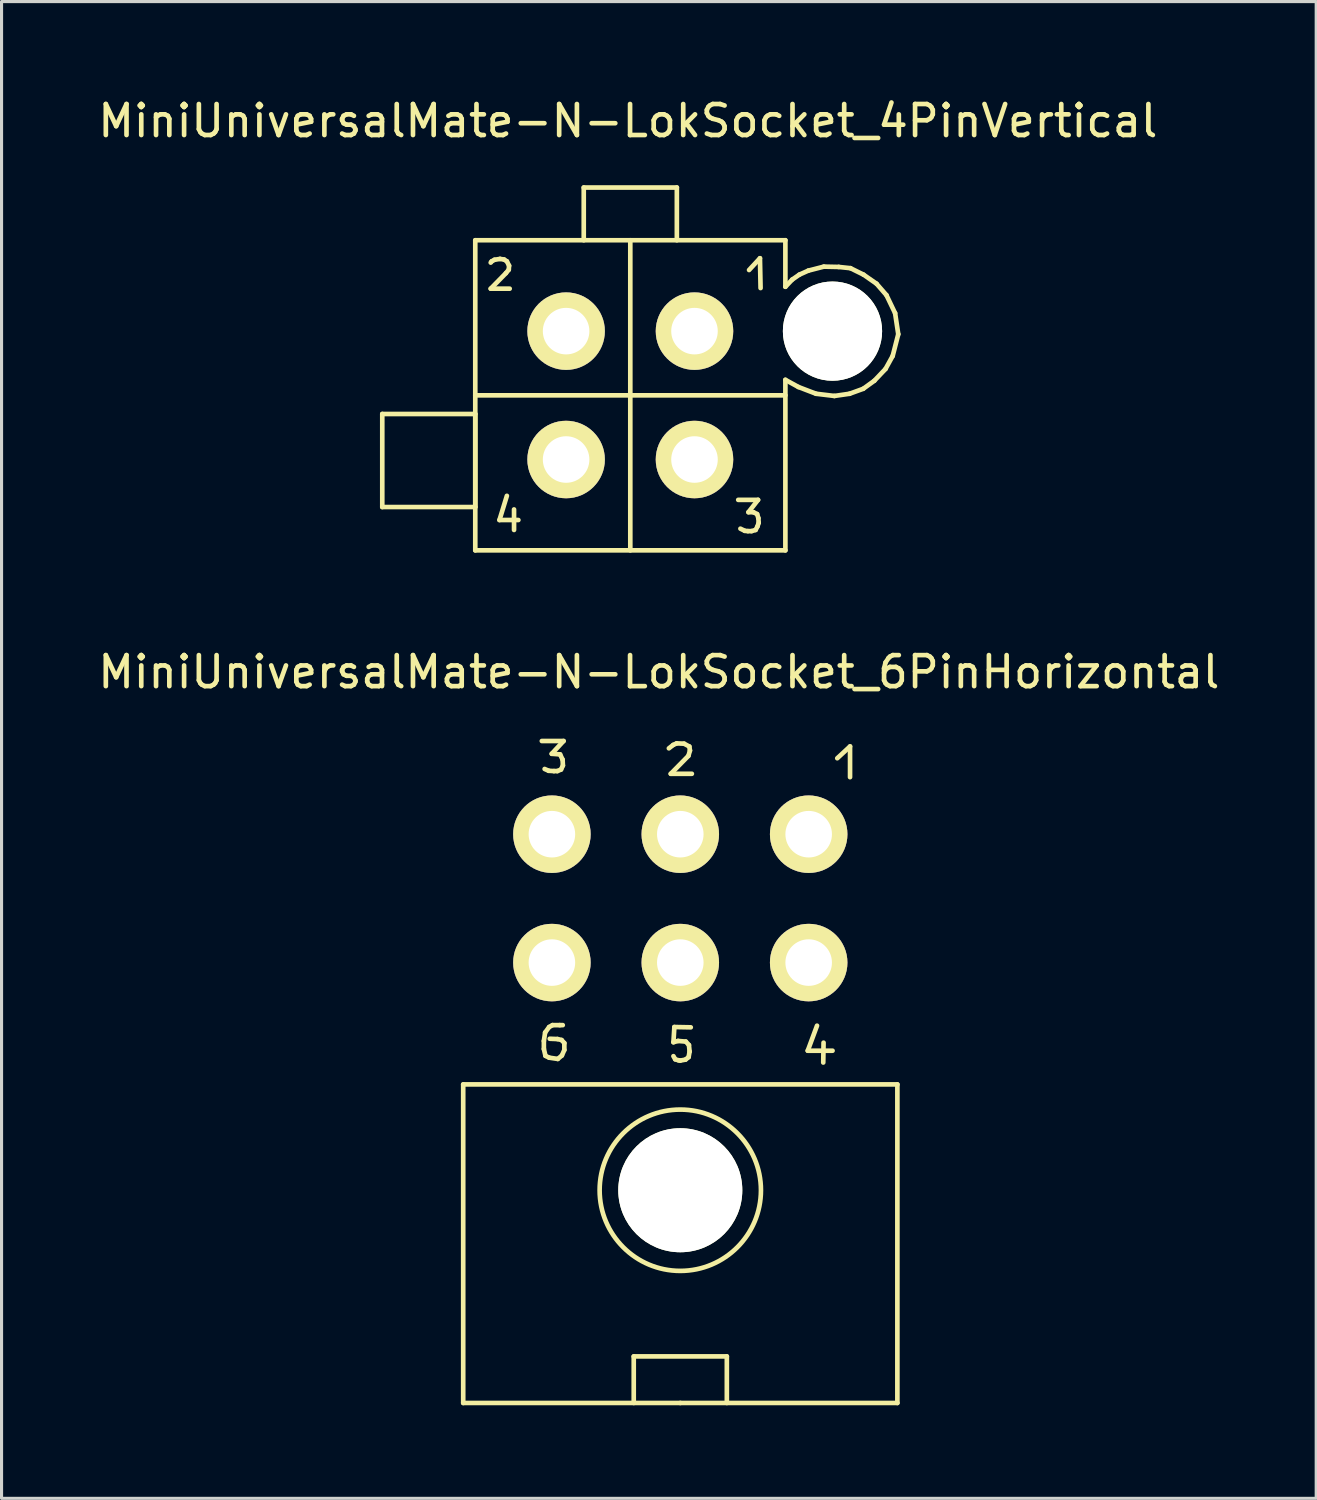
<source format=kicad_pcb>
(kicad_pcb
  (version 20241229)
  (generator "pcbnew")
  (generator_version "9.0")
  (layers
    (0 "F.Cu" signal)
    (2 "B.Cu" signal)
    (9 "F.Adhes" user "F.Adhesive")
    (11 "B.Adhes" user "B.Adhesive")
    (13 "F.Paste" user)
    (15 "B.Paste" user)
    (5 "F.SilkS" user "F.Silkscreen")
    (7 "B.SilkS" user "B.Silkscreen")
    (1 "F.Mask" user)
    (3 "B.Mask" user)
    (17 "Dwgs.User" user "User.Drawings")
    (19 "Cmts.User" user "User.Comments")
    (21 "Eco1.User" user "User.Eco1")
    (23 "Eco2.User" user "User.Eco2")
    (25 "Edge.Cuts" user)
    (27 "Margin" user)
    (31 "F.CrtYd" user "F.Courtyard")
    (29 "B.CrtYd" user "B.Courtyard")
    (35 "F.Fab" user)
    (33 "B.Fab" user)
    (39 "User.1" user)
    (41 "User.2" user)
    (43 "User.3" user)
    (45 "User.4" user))
  (footprint "MiniUniversalMate-N-LokSocket_4PinVertical"
    (layer "F.Cu")
    (at 17.275 9.698)
    (property "Reference" "MiniUniversalMate-N-LokSocket_4PinVertical" (at -0.079 -8.849 0) (layer "F.SilkS") (effects (font (size 1 1) (thickness 0.15))))
    (attr through_hole)
    (fp_line (start -7.998 0.602) (end -4.999 0.602) (stroke (width 0.15) (type solid)) (layer "F.SilkS"))
    (fp_line (start -7.998 3.602) (end -7.998 0.602) (stroke (width 0.15) (type solid)) (layer "F.SilkS"))
    (fp_line (start -4.999 -5.001) (end -4.999 4.999) (stroke (width 0.15) (type solid)) (layer "F.SilkS"))
    (fp_line (start -4.999 0) (end 5.001 0) (stroke (width 0.15) (type solid)) (layer "F.SilkS"))
    (fp_line (start -4.999 0.602) (end -4.999 3.602) (stroke (width 0.15) (type solid)) (layer "F.SilkS"))
    (fp_line (start -4.999 3.602) (end -7.998 3.602) (stroke (width 0.15) (type solid)) (layer "F.SilkS"))
    (fp_line (start -4.999 4.999) (end 5.001 4.999) (stroke (width 0.15) (type solid)) (layer "F.SilkS"))
    (fp_line (start -4.501 -4.28) (end -4.47 -4.321) (stroke (width 0.15) (type solid)) (layer "F.SilkS"))
    (fp_line (start -4.501 -3.439) (end -3.889 -3.439) (stroke (width 0.15) (type solid)) (layer "F.SilkS"))
    (fp_line (start -4.47 -4.321) (end -4.379 -4.371) (stroke (width 0.15) (type solid)) (layer "F.SilkS"))
    (fp_line (start -4.379 -4.371) (end -4.201 -4.399) (stroke (width 0.15) (type solid)) (layer "F.SilkS"))
    (fp_line (start -4.219 4.021) (end -3.609 4.021) (stroke (width 0.15) (type solid)) (layer "F.SilkS"))
    (fp_line (start -4.201 -4.399) (end -4.069 -4.379) (stroke (width 0.15) (type solid)) (layer "F.SilkS"))
    (fp_line (start -4.069 -4.379) (end -3.98 -4.321) (stroke (width 0.15) (type solid)) (layer "F.SilkS"))
    (fp_line (start -4.011 -3.94) (end -4.501 -3.439) (stroke (width 0.15) (type solid)) (layer "F.SilkS"))
    (fp_line (start -3.98 -4.321) (end -3.909 -4.181) (stroke (width 0.15) (type solid)) (layer "F.SilkS"))
    (fp_line (start -3.98 3.241) (end -4.219 4.021) (stroke (width 0.15) (type solid)) (layer "F.SilkS"))
    (fp_line (start -3.919 -4.051) (end -4.011 -3.94) (stroke (width 0.15) (type solid)) (layer "F.SilkS"))
    (fp_line (start -3.909 -4.181) (end -3.919 -4.051) (stroke (width 0.15) (type solid)) (layer "F.SilkS"))
    (fp_line (start -3.749 3.68) (end -3.749 4.341) (stroke (width 0.15) (type solid)) (layer "F.SilkS"))
    (fp_line (start -1.501 -6.701) (end -1.501 -5.001) (stroke (width 0.15) (type solid)) (layer "F.SilkS"))
    (fp_line (start 0 -5.001) (end 0 4.999) (stroke (width 0.15) (type solid)) (layer "F.SilkS"))
    (fp_line (start 1.501 -6.701) (end -1.501 -6.701) (stroke (width 0.15) (type solid)) (layer "F.SilkS"))
    (fp_line (start 1.501 -5.001) (end 1.501 -6.701) (stroke (width 0.15) (type solid)) (layer "F.SilkS"))
    (fp_line (start 3.48 3.371) (end 4.12 3.371) (stroke (width 0.15) (type solid)) (layer "F.SilkS"))
    (fp_line (start 3.691 4.369) (end 3.551 4.3) (stroke (width 0.15) (type solid)) (layer "F.SilkS"))
    (fp_line (start 3.79 4.379) (end 3.691 4.369) (stroke (width 0.15) (type solid)) (layer "F.SilkS"))
    (fp_line (start 3.81 3.769) (end 3.97 3.769) (stroke (width 0.15) (type solid)) (layer "F.SilkS"))
    (fp_line (start 3.83 -4.041) (end 4.181 -4.42) (stroke (width 0.15) (type solid)) (layer "F.SilkS"))
    (fp_line (start 3.909 4.379) (end 3.79 4.379) (stroke (width 0.15) (type solid)) (layer "F.SilkS"))
    (fp_line (start 3.97 3.769) (end 4.089 3.83) (stroke (width 0.15) (type solid)) (layer "F.SilkS"))
    (fp_line (start 4.041 4.341) (end 3.909 4.379) (stroke (width 0.15) (type solid)) (layer "F.SilkS"))
    (fp_line (start 4.089 3.83) (end 4.13 3.96) (stroke (width 0.15) (type solid)) (layer "F.SilkS"))
    (fp_line (start 4.1 4.229) (end 4.041 4.341) (stroke (width 0.15) (type solid)) (layer "F.SilkS"))
    (fp_line (start 4.12 3.371) (end 3.81 3.769) (stroke (width 0.15) (type solid)) (layer "F.SilkS"))
    (fp_line (start 4.13 3.96) (end 4.14 4.11) (stroke (width 0.15) (type solid)) (layer "F.SilkS"))
    (fp_line (start 4.14 4.11) (end 4.1 4.229) (stroke (width 0.15) (type solid)) (layer "F.SilkS"))
    (fp_line (start 4.181 -4.42) (end 4.201 -3.459) (stroke (width 0.15) (type solid)) (layer "F.SilkS"))
    (fp_line (start 5.001 -5.001) (end -4.999 -5.001) (stroke (width 0.15) (type solid)) (layer "F.SilkS"))
    (fp_line (start 5.001 -5.001) (end 5.001 -3.5) (stroke (width 0.15) (type solid)) (layer "F.SilkS"))
    (fp_line (start 5.001 -3.5) (end 5.22 -3.731) (stroke (width 0.15) (type solid)) (layer "F.SilkS"))
    (fp_line (start 5.001 4.999) (end 5.001 -0.5) (stroke (width 0.15) (type solid)) (layer "F.SilkS"))
    (fp_line (start 5.22 -3.731) (end 5.451 -3.891) (stroke (width 0.15) (type solid)) (layer "F.SilkS"))
    (fp_line (start 5.42 -0.269) (end 5.001 -0.5) (stroke (width 0.15) (type solid)) (layer "F.SilkS"))
    (fp_line (start 5.451 -3.891) (end 5.74 -4.021) (stroke (width 0.15) (type solid)) (layer "F.SilkS"))
    (fp_line (start 5.74 -4.021) (end 6.241 -4.15) (stroke (width 0.15) (type solid)) (layer "F.SilkS"))
    (fp_line (start 5.989 -0.051) (end 5.42 -0.269) (stroke (width 0.15) (type solid)) (layer "F.SilkS"))
    (fp_line (start 6.241 -4.15) (end 6.721 -4.14) (stroke (width 0.15) (type solid)) (layer "F.SilkS"))
    (fp_line (start 6.581 0.02) (end 5.989 -0.051) (stroke (width 0.15) (type solid)) (layer "F.SilkS"))
    (fp_line (start 6.721 -4.14) (end 7.099 -4.1) (stroke (width 0.15) (type solid)) (layer "F.SilkS"))
    (fp_line (start 7.071 -0.051) (end 6.581 0.02) (stroke (width 0.15) (type solid)) (layer "F.SilkS"))
    (fp_line (start 7.099 -4.1) (end 7.521 -3.891) (stroke (width 0.15) (type solid)) (layer "F.SilkS"))
    (fp_line (start 7.511 -0.211) (end 7.071 -0.051) (stroke (width 0.15) (type solid)) (layer "F.SilkS"))
    (fp_line (start 7.521 -3.891) (end 7.94 -3.599) (stroke (width 0.15) (type solid)) (layer "F.SilkS"))
    (fp_line (start 7.869 -0.47) (end 7.511 -0.211) (stroke (width 0.15) (type solid)) (layer "F.SilkS"))
    (fp_line (start 7.94 -3.599) (end 8.26 -3.231) (stroke (width 0.15) (type solid)) (layer "F.SilkS"))
    (fp_line (start 8.23 -0.851) (end 7.869 -0.47) (stroke (width 0.15) (type solid)) (layer "F.SilkS"))
    (fp_line (start 8.26 -3.231) (end 8.539 -2.649) (stroke (width 0.15) (type solid)) (layer "F.SilkS"))
    (fp_line (start 8.461 -1.27) (end 8.23 -0.851) (stroke (width 0.15) (type solid)) (layer "F.SilkS"))
    (fp_line (start 8.539 -2.649) (end 8.641 -1.971) (stroke (width 0.15) (type solid)) (layer "F.SilkS"))
    (fp_line (start 8.641 -1.971) (end 8.461 -1.27) (stroke (width 0.15) (type solid)) (layer "F.SilkS"))
    (pad "" np_thru_hole circle (at 6.52 -2.07 90) (size 3.2 3.2) (drill 3.2) (layers "*.Cu" "*.Mask" "F.SilkS"))
    (pad "1" thru_hole circle (at 2.07 -2.07 90) (size 2.499 2.499) (drill 1.501) (layers "*.Cu" "*.Mask" "F.SilkS"))
    (pad "2" thru_hole circle (at -2.07 -2.07 90) (size 2.499 2.499) (drill 1.501) (layers "*.Cu" "*.Mask" "F.SilkS"))
    (pad "3" thru_hole circle (at 2.07 2.07 90) (size 2.499 2.499) (drill 1.501) (layers "*.Cu" "*.Mask" "F.SilkS"))
    (pad "4" thru_hole circle (at -2.07 2.07 90) (size 2.499 2.499) (drill 1.501) (layers "*.Cu" "*.Mask" "F.SilkS")))
  (footprint "MiniUniversalMate-N-LokSocket_6PinHorizontal"
    (layer "F.Cu")
    (at 18.887 25.92)
    (property "Reference" "MiniUniversalMate-N-LokSocket_6PinHorizontal" (at -0.691 -7.3 0) (layer "F.SilkS") (effects (font (size 1 1) (thickness 0.15))))
    (attr through_hole)
    (fp_line (start -7 5.999) (end 7 5.999) (stroke (width 0.15) (type solid)) (layer "F.SilkS"))
    (fp_line (start -7 16.271) (end -7 5.999) (stroke (width 0.15) (type solid)) (layer "F.SilkS"))
    (fp_line (start -4.465 -5.075) (end -3.764 -5.075) (stroke (width 0.15) (type solid)) (layer "F.SilkS"))
    (fp_line (start -4.399 4.597) (end -4.399 4.856) (stroke (width 0.15) (type solid)) (layer "F.SilkS"))
    (fp_line (start -4.399 4.856) (end -4.348 5.077) (stroke (width 0.15) (type solid)) (layer "F.SilkS"))
    (fp_line (start -4.359 4.326) (end -4.399 4.597) (stroke (width 0.15) (type solid)) (layer "F.SilkS"))
    (fp_line (start -4.348 5.077) (end -4.229 5.136) (stroke (width 0.15) (type solid)) (layer "F.SilkS"))
    (fp_line (start -4.244 -4.115) (end -4.374 -4.173) (stroke (width 0.15) (type solid)) (layer "F.SilkS"))
    (fp_line (start -4.229 4.148) (end -4.359 4.326) (stroke (width 0.15) (type solid)) (layer "F.SilkS"))
    (fp_line (start -4.229 5.136) (end -3.95 5.177) (stroke (width 0.15) (type solid)) (layer "F.SilkS"))
    (fp_line (start -4.145 -4.663) (end -3.876 -4.643) (stroke (width 0.15) (type solid)) (layer "F.SilkS"))
    (fp_line (start -4.12 4.087) (end -4.229 4.148) (stroke (width 0.15) (type solid)) (layer "F.SilkS"))
    (fp_line (start -4.074 -4.105) (end -4.244 -4.115) (stroke (width 0.15) (type solid)) (layer "F.SilkS"))
    (fp_line (start -3.965 -4.105) (end -4.074 -4.105) (stroke (width 0.15) (type solid)) (layer "F.SilkS"))
    (fp_line (start -3.96 4.536) (end -4.209 4.526) (stroke (width 0.15) (type solid)) (layer "F.SilkS"))
    (fp_line (start -3.95 5.177) (end -3.818 5.067) (stroke (width 0.15) (type solid)) (layer "F.SilkS"))
    (fp_line (start -3.889 4.087) (end -4.12 4.087) (stroke (width 0.15) (type solid)) (layer "F.SilkS"))
    (fp_line (start -3.876 -4.643) (end -3.795 -4.475) (stroke (width 0.15) (type solid)) (layer "F.SilkS"))
    (fp_line (start -3.846 -4.155) (end -3.965 -4.105) (stroke (width 0.15) (type solid)) (layer "F.SilkS"))
    (fp_line (start -3.828 4.567) (end -3.96 4.536) (stroke (width 0.15) (type solid)) (layer "F.SilkS"))
    (fp_line (start -3.818 5.067) (end -3.739 4.887) (stroke (width 0.15) (type solid)) (layer "F.SilkS"))
    (fp_line (start -3.795 -4.475) (end -3.785 -4.285) (stroke (width 0.15) (type solid)) (layer "F.SilkS"))
    (fp_line (start -3.79 4.087) (end -3.889 4.087) (stroke (width 0.15) (type solid)) (layer "F.SilkS"))
    (fp_line (start -3.785 -4.285) (end -3.846 -4.155) (stroke (width 0.15) (type solid)) (layer "F.SilkS"))
    (fp_line (start -3.764 -5.075) (end -4.145 -4.663) (stroke (width 0.15) (type solid)) (layer "F.SilkS"))
    (fp_line (start -3.739 4.666) (end -3.828 4.567) (stroke (width 0.15) (type solid)) (layer "F.SilkS"))
    (fp_line (start -3.739 4.887) (end -3.739 4.666) (stroke (width 0.15) (type solid)) (layer "F.SilkS"))
    (fp_line (start -1.501 14.77) (end -1.501 16.271) (stroke (width 0.15) (type solid)) (layer "F.SilkS"))
    (fp_line (start -0.368 -4.839) (end -0.229 -4.948) (stroke (width 0.15) (type solid)) (layer "F.SilkS"))
    (fp_line (start -0.307 -4.018) (end 0.373 -4.018) (stroke (width 0.15) (type solid)) (layer "F.SilkS"))
    (fp_line (start -0.229 -4.948) (end -0.117 -4.999) (stroke (width 0.15) (type solid)) (layer "F.SilkS"))
    (fp_line (start -0.221 4.638) (end -0.071 4.597) (stroke (width 0.15) (type solid)) (layer "F.SilkS"))
    (fp_line (start -0.191 4.148) (end -0.221 4.638) (stroke (width 0.15) (type solid)) (layer "F.SilkS"))
    (fp_line (start -0.163 5.189) (end -0.221 5.088) (stroke (width 0.15) (type solid)) (layer "F.SilkS"))
    (fp_line (start -0.117 -4.999) (end 0.122 -4.989) (stroke (width 0.15) (type solid)) (layer "F.SilkS"))
    (fp_line (start -0.071 4.597) (end 0.178 4.618) (stroke (width 0.15) (type solid)) (layer "F.SilkS"))
    (fp_line (start -0.061 5.22) (end -0.163 5.189) (stroke (width 0.15) (type solid)) (layer "F.SilkS"))
    (fp_line (start -0.003 5.23) (end -0.061 5.22) (stroke (width 0.15) (type solid)) (layer "F.SilkS"))
    (fp_line (start 0 16.271) (end -7 16.271) (stroke (width 0.15) (type solid)) (layer "F.SilkS"))
    (fp_line (start 0 16.271) (end 7 16.271) (stroke (width 0.15) (type solid)) (layer "F.SilkS"))
    (fp_line (start 0.122 -4.989) (end 0.292 -4.897) (stroke (width 0.15) (type solid)) (layer "F.SilkS"))
    (fp_line (start 0.168 5.199) (end -0.003 5.23) (stroke (width 0.15) (type solid)) (layer "F.SilkS"))
    (fp_line (start 0.178 4.618) (end 0.279 4.729) (stroke (width 0.15) (type solid)) (layer "F.SilkS"))
    (fp_line (start 0.262 -4.597) (end -0.307 -4.018) (stroke (width 0.15) (type solid)) (layer "F.SilkS"))
    (fp_line (start 0.269 5.118) (end 0.168 5.199) (stroke (width 0.15) (type solid)) (layer "F.SilkS"))
    (fp_line (start 0.279 4.729) (end 0.3 4.938) (stroke (width 0.15) (type solid)) (layer "F.SilkS"))
    (fp_line (start 0.292 -4.897) (end 0.312 -4.768) (stroke (width 0.15) (type solid)) (layer "F.SilkS"))
    (fp_line (start 0.3 4.938) (end 0.269 5.118) (stroke (width 0.15) (type solid)) (layer "F.SilkS"))
    (fp_line (start 0.312 -4.768) (end 0.262 -4.597) (stroke (width 0.15) (type solid)) (layer "F.SilkS"))
    (fp_line (start 0.338 4.158) (end -0.191 4.148) (stroke (width 0.15) (type solid)) (layer "F.SilkS"))
    (fp_line (start 1.501 14.77) (end -1.501 14.77) (stroke (width 0.15) (type solid)) (layer "F.SilkS"))
    (fp_line (start 1.501 16.271) (end 1.501 14.77) (stroke (width 0.15) (type solid)) (layer "F.SilkS"))
    (fp_line (start 4.11 4.912) (end 4.91 4.912) (stroke (width 0.15) (type solid)) (layer "F.SilkS"))
    (fp_line (start 4.409 4.105) (end 4.11 4.912) (stroke (width 0.15) (type solid)) (layer "F.SilkS"))
    (fp_line (start 4.61 5.293) (end 4.62 4.653) (stroke (width 0.15) (type solid)) (layer "F.SilkS"))
    (fp_line (start 5.062 -4.519) (end 5.474 -4.9) (stroke (width 0.15) (type solid)) (layer "F.SilkS"))
    (fp_line (start 5.474 -4.9) (end 5.474 -3.909) (stroke (width 0.15) (type solid)) (layer "F.SilkS"))
    (fp_line (start 7 5.999) (end 7 16.271) (stroke (width 0.15) (type solid)) (layer "F.SilkS"))
    (fp_circle (center 0 9.411) (end 2.601 9.401) (stroke (width 0.15) (type solid)) (fill no) (layer "F.SilkS"))
    (pad "" np_thru_hole circle (at 0 9.411) (size 4 4) (drill 4) (layers "*.Cu" "*.Mask" "F.SilkS"))
    (pad "1" thru_hole circle (at 4.14 -2.07) (size 2.499 2.499) (drill 1.501) (layers "*.Cu" "*.Mask" "F.SilkS"))
    (pad "2" thru_hole circle (at 0 -2.07) (size 2.499 2.499) (drill 1.501) (layers "*.Cu" "*.Mask" "F.SilkS"))
    (pad "3" thru_hole circle (at -4.14 -2.07) (size 2.499 2.499) (drill 1.501) (layers "*.Cu" "*.Mask" "F.SilkS"))
    (pad "4" thru_hole circle (at 4.14 2.07) (size 2.499 2.499) (drill 1.501) (layers "*.Cu" "*.Mask" "F.SilkS"))
    (pad "5" thru_hole circle (at 0 2.07) (size 2.499 2.499) (drill 1.501) (layers "*.Cu" "*.Mask" "F.SilkS"))
    (pad "6" thru_hole circle (at -4.14 2.07) (size 2.499 2.499) (drill 1.501) (layers "*.Cu" "*.Mask" "F.SilkS")))
  (gr_rect
    (start -3 -3)
    (end 39.393 45.266)
    (stroke (width 0.1) (type default))
    (fill no)
    (layer "Edge.Cuts")))
</source>
